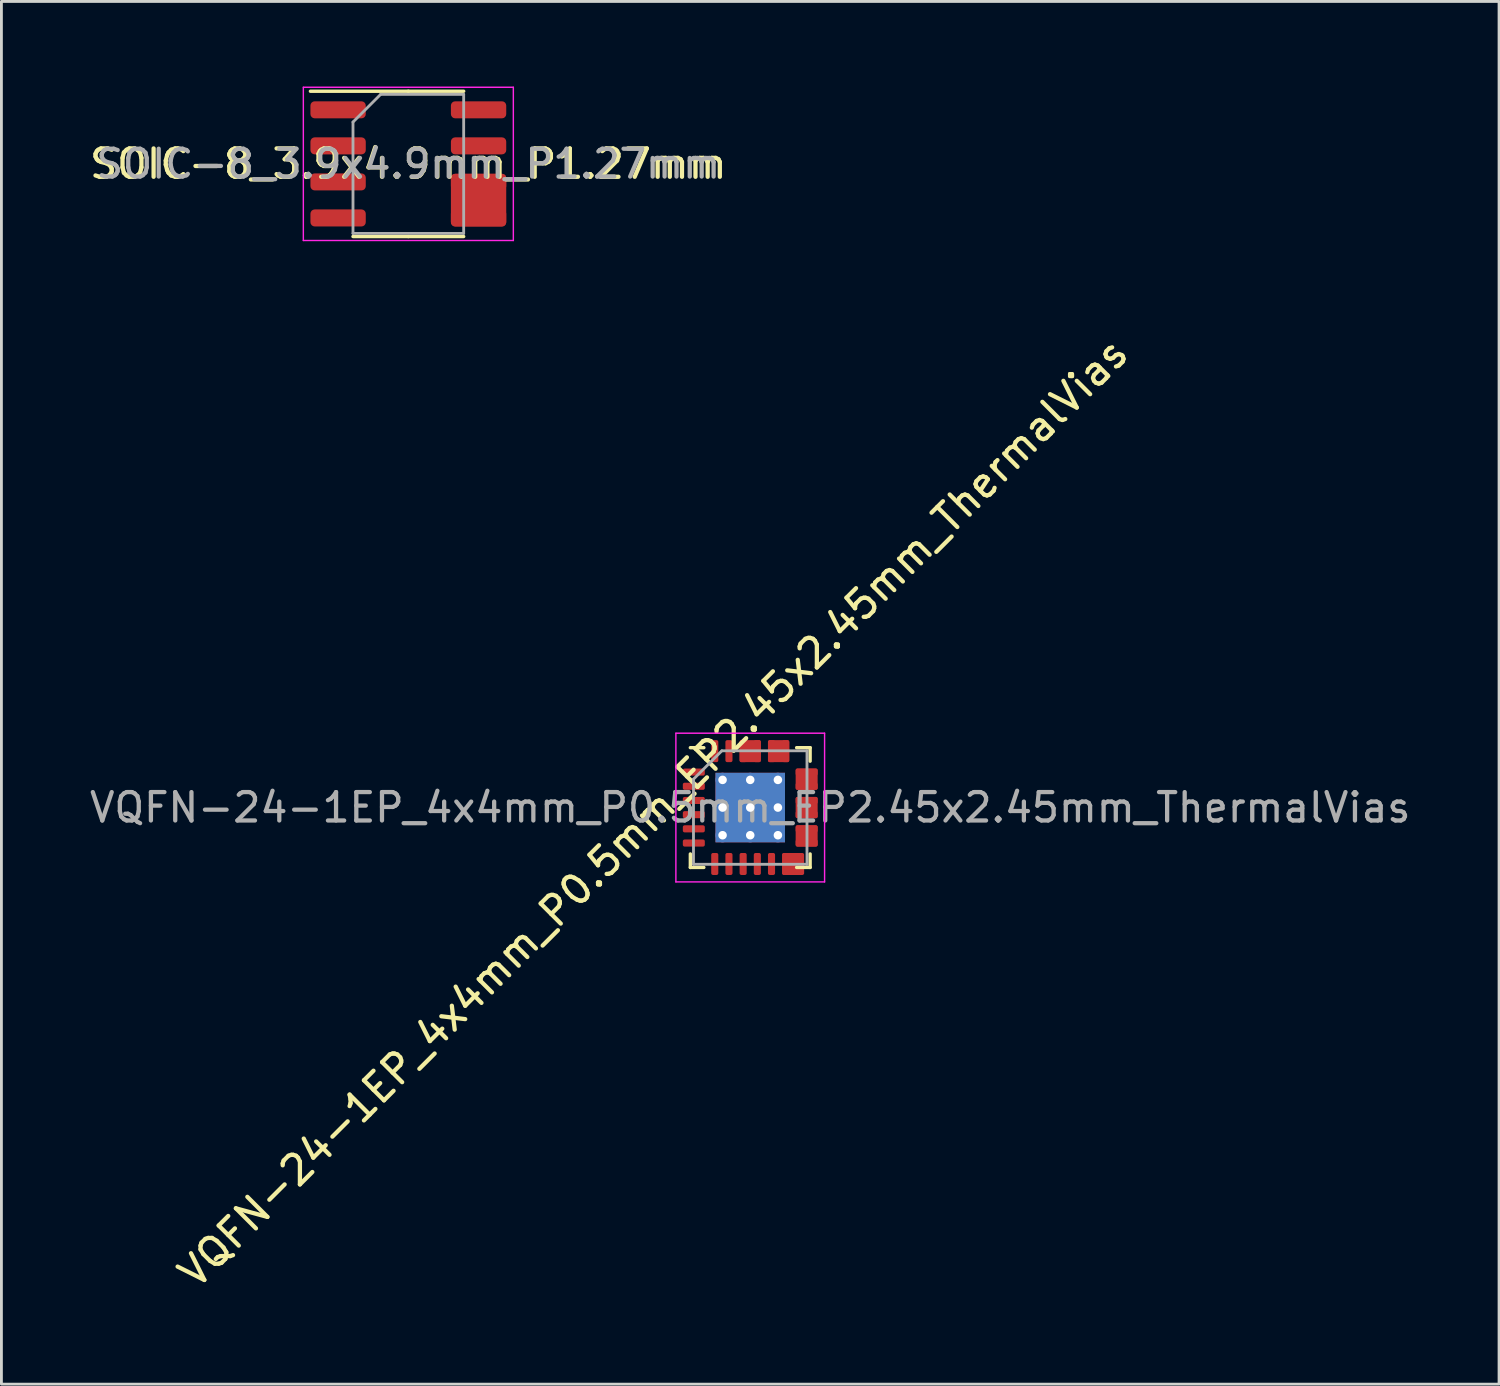
<source format=kicad_pcb>
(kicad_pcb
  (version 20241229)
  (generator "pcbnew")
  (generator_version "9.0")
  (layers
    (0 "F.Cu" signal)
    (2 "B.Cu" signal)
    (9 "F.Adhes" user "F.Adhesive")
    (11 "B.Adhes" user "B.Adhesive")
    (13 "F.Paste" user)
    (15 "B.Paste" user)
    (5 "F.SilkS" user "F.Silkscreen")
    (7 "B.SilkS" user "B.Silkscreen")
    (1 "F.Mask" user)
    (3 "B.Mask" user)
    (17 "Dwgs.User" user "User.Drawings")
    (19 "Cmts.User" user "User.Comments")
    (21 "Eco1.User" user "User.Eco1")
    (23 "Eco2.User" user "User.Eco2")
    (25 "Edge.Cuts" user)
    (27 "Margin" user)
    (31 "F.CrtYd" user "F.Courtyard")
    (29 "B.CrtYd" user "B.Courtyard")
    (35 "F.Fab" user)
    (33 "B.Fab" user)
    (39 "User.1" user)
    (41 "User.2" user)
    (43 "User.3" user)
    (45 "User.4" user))
  (footprint "VQFN-24-1EP_4x4mm_P0.5mm_EP2.45x2.45mm_ThermalVias"
    (layer "F.Cu")
    (at 23.387 25.407)
    (property "Reference" "VQFN-24-1EP_4x4mm_P0.5mm_EP2.45x2.45mm_ThermalVias" (at -3.412 0.18 45) (layer "F.SilkS") (effects (font (size 1 1) (thickness 0.15))))
    (attr smd)
    (fp_line (start -2.11 2.11) (end -2.11 1.635) (stroke (width 0.12) (type solid)) (layer "F.SilkS"))
    (fp_line (start -1.635 -2.11) (end -2.11 -2.11) (stroke (width 0.12) (type solid)) (layer "F.SilkS"))
    (fp_line (start -1.635 2.11) (end -2.11 2.11) (stroke (width 0.12) (type solid)) (layer "F.SilkS"))
    (fp_line (start 1.635 -2.11) (end 2.11 -2.11) (stroke (width 0.12) (type solid)) (layer "F.SilkS"))
    (fp_line (start 1.635 2.11) (end 2.11 2.11) (stroke (width 0.12) (type solid)) (layer "F.SilkS"))
    (fp_line (start 2.11 -2.11) (end 2.11 -1.635) (stroke (width 0.12) (type solid)) (layer "F.SilkS"))
    (fp_line (start 2.11 2.11) (end 2.11 1.635) (stroke (width 0.12) (type solid)) (layer "F.SilkS"))
    (fp_line (start -2.62 -2.62) (end -2.62 2.62) (stroke (width 0.05) (type solid)) (layer "F.CrtYd"))
    (fp_line (start -2.62 2.62) (end 2.62 2.62) (stroke (width 0.05) (type solid)) (layer "F.CrtYd"))
    (fp_line (start 2.62 -2.62) (end -2.62 -2.62) (stroke (width 0.05) (type solid)) (layer "F.CrtYd"))
    (fp_line (start 2.62 2.62) (end 2.62 -2.62) (stroke (width 0.05) (type solid)) (layer "F.CrtYd"))
    (fp_line (start -2 -1) (end -1 -2) (stroke (width 0.1) (type solid)) (layer "F.Fab"))
    (fp_line (start -2 2) (end -2 -1) (stroke (width 0.1) (type solid)) (layer "F.Fab"))
    (fp_line (start -1 -2) (end 2 -2) (stroke (width 0.1) (type solid)) (layer "F.Fab"))
    (fp_line (start 2 -2) (end 2 2) (stroke (width 0.1) (type solid)) (layer "F.Fab"))
    (fp_line (start 2 2) (end -2 2) (stroke (width 0.1) (type solid)) (layer "F.Fab"))
    (fp_text user "${REFERENCE}" (at 0 0 0) (layer "F.Fab") (effects (font (size 1 1) (thickness 0.15))))
    (pad "" smd custom (at -0.487 -0.487) (size 0.756 0.756) (layers "F.Paste") (options (anchor circle)) (primitives (gr_poly (pts (xy 0.301 -0.175) (xy 0.301 0.175) (xy 0.175 0.301) (xy -0.175 0.301) (xy -0.301 0.175) (xy -0.301 -0.175) (xy -0.175 -0.301) (xy 0.175 -0.301)) (width 0.306) (fill yes))))
    (pad "" smd custom (at -0.487 0.487) (size 0.756 0.756) (layers "F.Paste") (options (anchor circle)) (primitives (gr_poly (pts (xy 0.301 -0.175) (xy 0.301 0.175) (xy 0.175 0.301) (xy -0.175 0.301) (xy -0.301 0.175) (xy -0.301 -0.175) (xy -0.175 -0.301) (xy 0.175 -0.301)) (width 0.306) (fill yes))))
    (pad "" smd custom (at 0.487 -0.487) (size 0.756 0.756) (layers "F.Paste") (options (anchor circle)) (primitives (gr_poly (pts (xy 0.301 -0.175) (xy 0.301 0.175) (xy 0.175 0.301) (xy -0.175 0.301) (xy -0.301 0.175) (xy -0.301 -0.175) (xy -0.175 -0.301) (xy 0.175 -0.301)) (width 0.306) (fill yes))))
    (pad "" smd custom (at 0.487 0.487) (size 0.756 0.756) (layers "F.Paste") (options (anchor circle)) (primitives (gr_poly (pts (xy 0.301 -0.175) (xy 0.301 0.175) (xy 0.175 0.301) (xy -0.175 0.301) (xy -0.301 0.175) (xy -0.301 -0.175) (xy -0.175 -0.301) (xy 0.175 -0.301)) (width 0.306) (fill yes))))
    (pad "1" smd roundrect (at -1.988 -1.25) (size 0.775 0.25) (layers "F.Cu" "F.Mask" "F.Paste") (roundrect_rratio 0.25))
    (pad "2" smd roundrect (at -1.988 -0.75) (size 0.775 0.25) (layers "F.Cu" "F.Mask" "F.Paste") (roundrect_rratio 0.25))
    (pad "3" smd roundrect (at -1.988 -0.25) (size 0.775 0.25) (layers "F.Cu" "F.Mask" "F.Paste") (roundrect_rratio 0.25))
    (pad "4" smd roundrect (at -1.988 0.25) (size 0.775 0.25) (layers "F.Cu" "F.Mask" "F.Paste") (roundrect_rratio 0.25))
    (pad "5" smd roundrect (at -1.988 0.75) (size 0.775 0.25) (layers "F.Cu" "F.Mask" "F.Paste") (roundrect_rratio 0.25))
    (pad "6" smd roundrect (at -1.988 1.25) (size 0.775 0.25) (layers "F.Cu" "F.Mask" "F.Paste") (roundrect_rratio 0.25))
    (pad "7" smd roundrect (at -1.25 1.988) (size 0.25 0.775) (layers "F.Cu" "F.Mask" "F.Paste") (roundrect_rratio 0.25))
    (pad "8" smd roundrect (at -0.75 1.988) (size 0.25 0.775) (layers "F.Cu" "F.Mask" "F.Paste") (roundrect_rratio 0.25))
    (pad "9" smd roundrect (at -0.25 1.988) (size 0.25 0.775) (layers "F.Cu" "F.Mask" "F.Paste") (roundrect_rratio 0.25))
    (pad "10" smd roundrect (at 0.25 1.988) (size 0.25 0.775) (layers "F.Cu" "F.Mask" "F.Paste") (roundrect_rratio 0.25))
    (pad "11" smd roundrect (at 0.75 1.988) (size 0.25 0.775) (layers "F.Cu" "F.Mask" "F.Paste") (roundrect_rratio 0.25))
    (pad "12" smd roundrect (at 1.25 1.988) (size 0.25 0.775) (layers "F.Cu" "F.Mask" "F.Paste") (roundrect_rratio 0.25))
    (pad "12" smd roundrect (at 1.512 1.988) (size 0.775 0.775) (layers "F.Cu") (roundrect_rratio 0.083))
    (pad "13" smd roundrect (at 1.988 1) (size 0.775 0.75) (layers "F.Cu") (roundrect_rratio 0.083))
    (pad "13" smd roundrect (at 1.988 1.25) (size 0.775 0.25) (layers "F.Cu" "F.Mask" "F.Paste") (roundrect_rratio 0.25))
    (pad "14" smd roundrect (at 1.988 0.75) (size 0.775 0.25) (layers "F.Cu" "F.Mask" "F.Paste") (roundrect_rratio 0.25))
    (pad "15" smd roundrect (at 1.988 0) (size 0.775 0.75) (layers "F.Cu") (roundrect_rratio 0.083))
    (pad "15" smd roundrect (at 1.988 0.25) (size 0.775 0.25) (layers "F.Cu" "F.Mask" "F.Paste") (roundrect_rratio 0.25))
    (pad "16" smd roundrect (at 1.988 -0.25) (size 0.775 0.25) (layers "F.Cu" "F.Mask" "F.Paste") (roundrect_rratio 0.25))
    (pad "17" smd roundrect (at 1.988 -1) (size 0.775 0.75) (layers "F.Cu") (roundrect_rratio 0.083))
    (pad "17" smd roundrect (at 1.988 -0.75) (size 0.775 0.25) (layers "F.Cu" "F.Mask" "F.Paste") (roundrect_rratio 0.25))
    (pad "18" smd roundrect (at 1.988 -1.25) (size 0.775 0.25) (layers "F.Cu" "F.Mask" "F.Paste") (roundrect_rratio 0.25))
    (pad "19" smd roundrect (at 1 -1.988 90) (size 0.775 0.75) (layers "F.Cu") (roundrect_rratio 0.083))
    (pad "19" smd roundrect (at 1.25 -1.988) (size 0.25 0.775) (layers "F.Cu" "F.Mask" "F.Paste") (roundrect_rratio 0.25))
    (pad "20" smd roundrect (at 0.75 -1.988) (size 0.25 0.775) (layers "F.Cu" "F.Mask" "F.Paste") (roundrect_rratio 0.25))
    (pad "21" smd roundrect (at 0 -1.988 90) (size 0.775 0.75) (layers "F.Cu") (roundrect_rratio 0.083))
    (pad "21" smd roundrect (at 0.25 -1.988) (size 0.25 0.775) (layers "F.Cu" "F.Mask" "F.Paste") (roundrect_rratio 0.25))
    (pad "22" smd roundrect (at -0.25 -1.988) (size 0.25 0.775) (layers "F.Cu" "F.Mask" "F.Paste") (roundrect_rratio 0.25))
    (pad "23" smd roundrect (at -0.75 -1.988) (size 0.25 0.775) (layers "F.Cu" "F.Mask" "F.Paste") (roundrect_rratio 0.25))
    (pad "24" smd roundrect (at -1.25 -1.988) (size 0.25 0.775) (layers "F.Cu" "F.Mask" "F.Paste") (roundrect_rratio 0.25))
    (pad "25" thru_hole circle (at -0.975 -0.975) (size 0.5 0.5) (drill 0.3) (layers "*.Cu"))
    (pad "25" thru_hole circle (at -0.975 0) (size 0.5 0.5) (drill 0.3) (layers "*.Cu"))
    (pad "25" thru_hole circle (at -0.975 0.975) (size 0.5 0.5) (drill 0.3) (layers "*.Cu"))
    (pad "25" thru_hole circle (at 0 -0.975) (size 0.5 0.5) (drill 0.3) (layers "*.Cu"))
    (pad "25" thru_hole circle (at 0 0) (size 0.5 0.5) (drill 0.3) (layers "*.Cu"))
    (pad "25" smd rect (at 0 0) (size 2.45 2.45) (layers "F.Cu" "F.Mask"))
    (pad "25" smd rect (at 0 0) (size 2.45 2.45) (layers "B.Cu"))
    (pad "25" thru_hole circle (at 0 0.975) (size 0.5 0.5) (drill 0.3) (layers "*.Cu"))
    (pad "25" thru_hole circle (at 0.975 -0.975) (size 0.5 0.5) (drill 0.3) (layers "*.Cu"))
    (pad "25" thru_hole circle (at 0.975 0) (size 0.5 0.5) (drill 0.3) (layers "*.Cu"))
    (pad "25" thru_hole circle (at 0.975 0.975) (size 0.5 0.5) (drill 0.3) (layers "*.Cu")))
  (footprint "SOIC-8_3.9x4.9mm_P1.27mm"
    (layer "F.Cu")
    (at 11.339 2.725)
    (property "Reference" "SOIC-8_3.9x4.9mm_P1.27mm" (at 0 0 0) (layer "F.SilkS") (effects (font (size 1 1) (thickness 0.15))))
    (attr smd)
    (fp_line (start 0 -2.56) (end -3.45 -2.56) (stroke (width 0.12) (type solid)) (layer "F.SilkS"))
    (fp_line (start 0 -2.56) (end 1.95 -2.56) (stroke (width 0.12) (type solid)) (layer "F.SilkS"))
    (fp_line (start 0 2.56) (end -1.95 2.56) (stroke (width 0.12) (type solid)) (layer "F.SilkS"))
    (fp_line (start 0 2.56) (end 1.95 2.56) (stroke (width 0.12) (type solid)) (layer "F.SilkS"))
    (fp_line (start -3.7 -2.7) (end -3.7 2.7) (stroke (width 0.05) (type solid)) (layer "F.CrtYd"))
    (fp_line (start -3.7 2.7) (end 3.7 2.7) (stroke (width 0.05) (type solid)) (layer "F.CrtYd"))
    (fp_line (start 3.7 -2.7) (end -3.7 -2.7) (stroke (width 0.05) (type solid)) (layer "F.CrtYd"))
    (fp_line (start 3.7 2.7) (end 3.7 -2.7) (stroke (width 0.05) (type solid)) (layer "F.CrtYd"))
    (fp_line (start -1.95 -1.475) (end -0.975 -2.45) (stroke (width 0.1) (type solid)) (layer "F.Fab"))
    (fp_line (start -1.95 2.45) (end -1.95 -1.475) (stroke (width 0.1) (type solid)) (layer "F.Fab"))
    (fp_line (start -0.975 -2.45) (end 1.95 -2.45) (stroke (width 0.1) (type solid)) (layer "F.Fab"))
    (fp_line (start 1.95 -2.45) (end 1.95 2.45) (stroke (width 0.1) (type solid)) (layer "F.Fab"))
    (fp_line (start 1.95 2.45) (end -1.95 2.45) (stroke (width 0.1) (type solid)) (layer "F.Fab"))
    (fp_text user "${REFERENCE}" (at 0 0 180) (layer "F.Fab") (effects (font (size 0.98 0.98) (thickness 0.15))))
    (pad "1" smd roundrect (at -2.475 -1.905) (size 1.95 0.6) (layers "F.Cu" "F.Mask" "F.Paste") (roundrect_rratio 0.25))
    (pad "2" smd roundrect (at -2.475 -0.635) (size 1.95 0.6) (layers "F.Cu" "F.Mask" "F.Paste") (roundrect_rratio 0.25))
    (pad "3" smd roundrect (at -2.475 0.635) (size 1.95 0.6) (layers "F.Cu" "F.Mask" "F.Paste") (roundrect_rratio 0.25))
    (pad "4" smd roundrect (at -2.475 1.905) (size 1.95 0.6) (layers "F.Cu" "F.Mask" "F.Paste") (roundrect_rratio 0.25))
    (pad "5" smd roundrect (at 2.475 1.278) (size 1.95 1.855) (layers "F.Cu") (roundrect_rratio 0.081))
    (pad "5" smd roundrect (at 2.475 1.905) (size 1.95 0.6) (layers "F.Cu" "F.Mask" "F.Paste") (roundrect_rratio 0.25))
    (pad "6" smd roundrect (at 2.475 0.642) (size 1.95 0.585) (layers "F.Cu" "F.Mask" "F.Paste") (roundrect_rratio 0.25))
    (pad "7" smd roundrect (at 2.475 -0.635) (size 1.95 0.6) (layers "F.Cu" "F.Mask" "F.Paste") (roundrect_rratio 0.25))
    (pad "8" smd roundrect (at 2.475 -1.905) (size 1.95 0.6) (layers "F.Cu" "F.Mask" "F.Paste") (roundrect_rratio 0.25)))
  (gr_rect
    (start -3 -3)
    (end 49.774 45.724)
    (stroke (width 0.1) (type default))
    (fill no)
    (layer "Edge.Cuts")))
</source>
